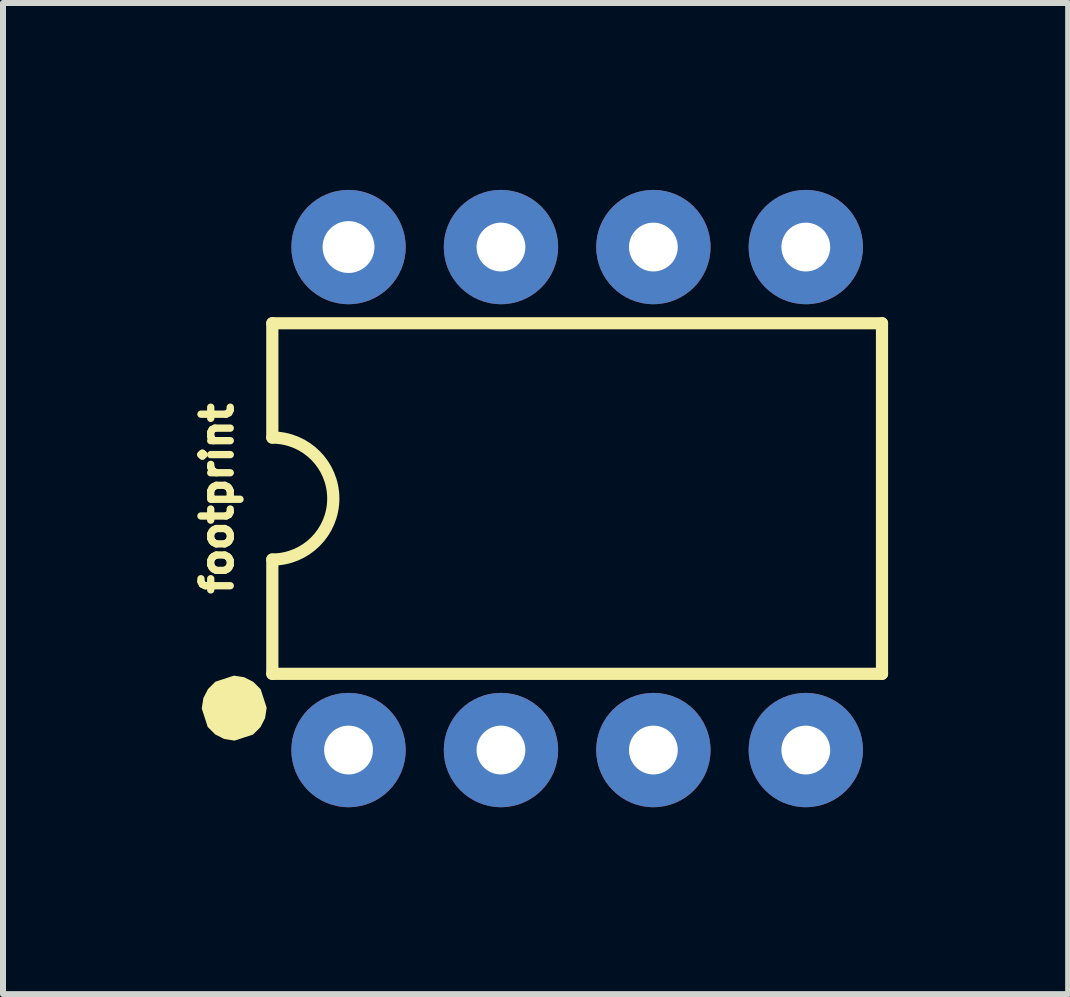
<source format=kicad_pcb>
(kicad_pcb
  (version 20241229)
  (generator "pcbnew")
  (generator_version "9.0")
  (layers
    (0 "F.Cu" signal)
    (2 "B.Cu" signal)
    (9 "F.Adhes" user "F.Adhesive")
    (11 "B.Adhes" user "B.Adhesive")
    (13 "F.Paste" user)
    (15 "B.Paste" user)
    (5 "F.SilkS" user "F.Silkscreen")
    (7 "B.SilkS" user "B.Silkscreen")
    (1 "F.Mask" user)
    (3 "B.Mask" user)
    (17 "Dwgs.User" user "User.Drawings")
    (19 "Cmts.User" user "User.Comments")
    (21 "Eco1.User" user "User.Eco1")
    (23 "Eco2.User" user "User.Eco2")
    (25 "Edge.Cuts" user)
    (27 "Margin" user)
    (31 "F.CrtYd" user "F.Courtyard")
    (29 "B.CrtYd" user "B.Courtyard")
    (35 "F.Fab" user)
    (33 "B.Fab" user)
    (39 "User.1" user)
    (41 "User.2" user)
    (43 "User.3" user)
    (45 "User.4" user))
  (footprint "footprint"
    (layer "F.Cu")
    (at 6.568 5.258)
    (property "Reference" "footprint" (at -5.715 0 90) (layer "F.SilkS") (effects (font (size 0.488 0.488) (thickness 0.122)) (justify bottom)))
    (fp_circle (center -3.81 -4.191) (end -3.594 -4.191) (stroke (width 0.432) (type solid)) (fill yes) (layer "F.Mask"))
    (fp_circle (center -3.81 4.191) (end -3.594 4.191) (stroke (width 0.432) (type solid)) (fill yes) (layer "F.Mask"))
    (fp_circle (center -1.27 -4.191) (end -1.054 -4.191) (stroke (width 0.432) (type solid)) (fill yes) (layer "F.Mask"))
    (fp_circle (center -1.27 4.191) (end -1.054 4.191) (stroke (width 0.432) (type solid)) (fill yes) (layer "F.Mask"))
    (fp_circle (center 1.27 -4.191) (end 1.486 -4.191) (stroke (width 0.432) (type solid)) (fill yes) (layer "F.Mask"))
    (fp_circle (center 1.27 4.191) (end 1.486 4.191) (stroke (width 0.432) (type solid)) (fill yes) (layer "F.Mask"))
    (fp_circle (center 3.81 -4.191) (end 4.026 -4.191) (stroke (width 0.432) (type solid)) (fill yes) (layer "F.Mask"))
    (fp_circle (center 3.81 4.191) (end 4.026 4.191) (stroke (width 0.432) (type solid)) (fill yes) (layer "F.Mask"))
    (fp_circle (center -3.81 -4.191) (end -3.277 -4.191) (stroke (width 1.067) (type solid)) (fill yes) (layer "B.Mask"))
    (fp_circle (center -3.81 4.191) (end -3.277 4.191) (stroke (width 1.067) (type solid)) (fill yes) (layer "B.Mask"))
    (fp_circle (center -1.27 -4.191) (end -0.737 -4.191) (stroke (width 1.067) (type solid)) (fill yes) (layer "B.Mask"))
    (fp_circle (center -1.27 4.191) (end -0.737 4.191) (stroke (width 1.067) (type solid)) (fill yes) (layer "B.Mask"))
    (fp_circle (center 1.27 -4.191) (end 1.803 -4.191) (stroke (width 1.067) (type solid)) (fill yes) (layer "B.Mask"))
    (fp_circle (center 1.27 4.191) (end 1.803 4.191) (stroke (width 1.067) (type solid)) (fill yes) (layer "B.Mask"))
    (fp_circle (center 3.81 -4.191) (end 4.343 -4.191) (stroke (width 1.067) (type solid)) (fill yes) (layer "B.Mask"))
    (fp_circle (center 3.81 4.191) (end 4.343 4.191) (stroke (width 1.067) (type solid)) (fill yes) (layer "B.Mask"))
    (fp_line (start -5.08 -2.921) (end -5.08 -1.016) (stroke (width 0.203) (type solid)) (layer "F.SilkS"))
    (fp_line (start -5.08 -2.921) (end 5.08 -2.921) (stroke (width 0.203) (type solid)) (layer "F.SilkS"))
    (fp_line (start -5.08 2.921) (end -5.08 1.016) (stroke (width 0.203) (type solid)) (layer "F.SilkS"))
    (fp_line (start -5.08 2.921) (end 5.08 2.921) (stroke (width 0.203) (type solid)) (layer "F.SilkS"))
    (fp_line (start 5.08 -2.921) (end 5.08 2.921) (stroke (width 0.203) (type solid)) (layer "F.SilkS"))
    (fp_arc (start -5.08 -1.016) (mid -4.064 0) (end -5.08 1.016) (stroke (width 0.2032) (type solid)) (layer "F.SilkS"))
    (fp_poly (pts (xy -5.548 2.978) (xy -5.397 3.055) (xy -5.274 3.178) (xy -5.174 3.487) (xy -5.201 3.66) (xy -5.278 3.81) (xy -5.401 3.933) (xy -5.71 4.034) (xy -5.882 4.007) (xy -6.033 3.93) (xy -6.156 3.807) (xy -6.256 3.498) (xy -6.229 3.325) (xy -6.152 3.175) (xy -6.029 3.052) (xy -5.72 2.951)) (stroke (width 0) (type solid)) (fill yes) (layer "F.SilkS"))
    (pad "1" thru_hole circle (at -3.81 4.191) (size 1.905 1.905) (drill 0.813) (layers "*.Cu"))
    (pad "2" thru_hole circle (at -1.27 4.191) (size 1.905 1.905) (drill 0.813) (layers "*.Cu"))
    (pad "3" thru_hole circle (at 1.27 4.191) (size 1.905 1.905) (drill 0.813) (layers "*.Cu"))
    (pad "4" thru_hole circle (at 3.81 4.191) (size 1.905 1.905) (drill 0.813) (layers "*.Cu"))
    (pad "5" thru_hole circle (at 3.81 -4.191) (size 1.905 1.905) (drill 0.813) (layers "*.Cu"))
    (pad "6" thru_hole circle (at 1.27 -4.191) (size 1.905 1.905) (drill 0.813) (layers "*.Cu"))
    (pad "7" thru_hole circle (at -1.27 -4.191) (size 1.905 1.905) (drill 0.813) (layers "*.Cu"))
    (pad "8" thru_hole circle (at -3.81 -4.191) (size 1.905 1.905) (drill 0.864) (layers "*.Cu")))
  (gr_rect
    (start -3 -3)
    (end 14.75 13.516)
    (stroke (width 0.1) (type default))
    (fill no)
    (layer "Edge.Cuts")))
</source>
